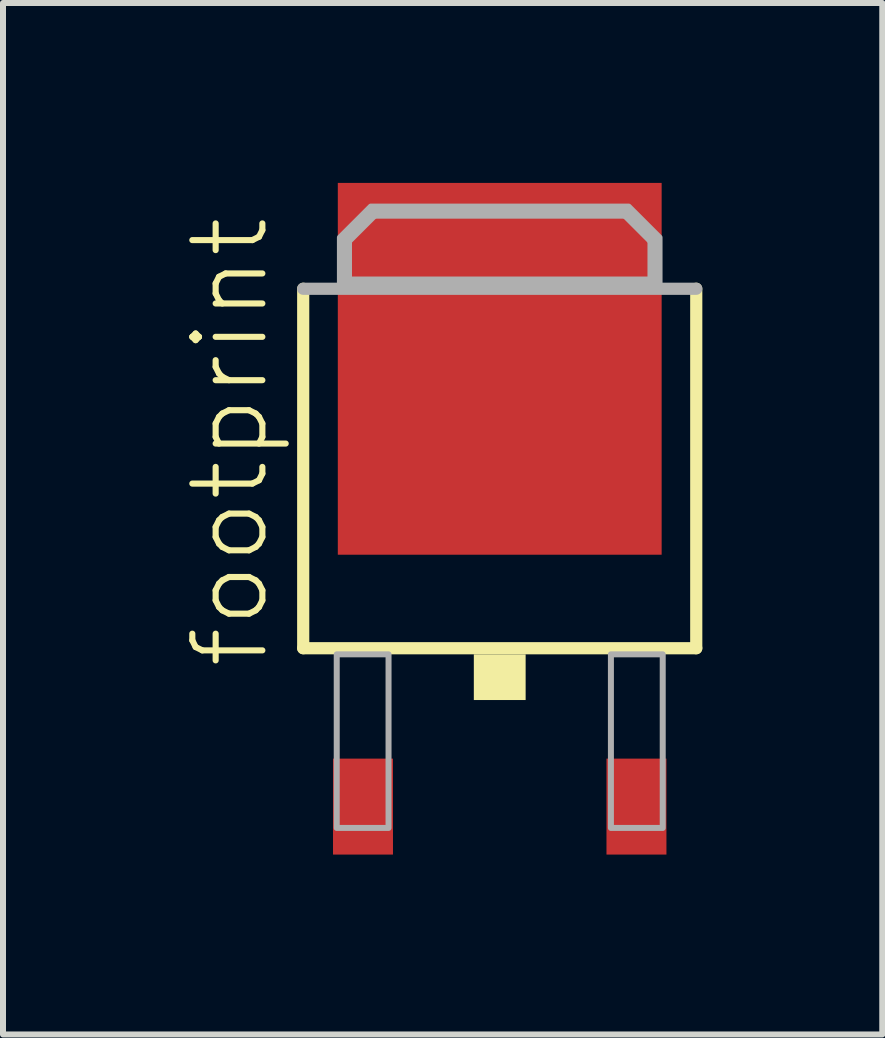
<source format=kicad_pcb>
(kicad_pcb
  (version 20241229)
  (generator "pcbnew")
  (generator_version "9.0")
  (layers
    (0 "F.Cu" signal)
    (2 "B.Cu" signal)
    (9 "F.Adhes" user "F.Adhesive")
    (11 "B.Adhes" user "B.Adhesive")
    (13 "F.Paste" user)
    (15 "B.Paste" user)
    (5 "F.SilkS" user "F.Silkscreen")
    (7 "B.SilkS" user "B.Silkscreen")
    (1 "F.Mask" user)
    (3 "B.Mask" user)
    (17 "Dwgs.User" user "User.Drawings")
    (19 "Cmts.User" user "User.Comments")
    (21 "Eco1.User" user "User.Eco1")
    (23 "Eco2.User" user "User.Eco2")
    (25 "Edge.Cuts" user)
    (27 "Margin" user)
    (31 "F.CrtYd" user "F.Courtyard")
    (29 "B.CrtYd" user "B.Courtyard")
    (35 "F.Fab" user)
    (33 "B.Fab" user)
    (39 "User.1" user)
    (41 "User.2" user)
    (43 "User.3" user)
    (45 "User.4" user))
  (footprint "footprint"
    (layer "F.Cu")
    (at 5.283 5.6)
    (property "Reference" "footprint" (at -3.81 2.54 90) (layer "F.SilkS") (effects (font (size 1.168 1.168) (thickness 0.102)) (justify left bottom)))
    (fp_line (start -3.277 2.159) (end -3.277 -3.835) (stroke (width 0.203) (type solid)) (layer "F.SilkS"))
    (fp_line (start 3.277 -3.835) (end 3.277 2.159) (stroke (width 0.203) (type solid)) (layer "F.SilkS"))
    (fp_line (start 3.277 2.159) (end -3.277 2.159) (stroke (width 0.203) (type solid)) (layer "F.SilkS"))
    (fp_poly (pts (xy -0.432 3.023) (xy 0.432 3.023) (xy 0.432 2.261) (xy -0.432 2.261)) (stroke (width 0) (type solid)) (fill yes) (layer "F.SilkS"))
    (fp_line (start -3.277 -3.835) (end 3.277 -3.835) (stroke (width 0.203) (type solid)) (layer "F.Fab"))
    (fp_line (start -2.565 -4.648) (end -2.108 -5.105) (stroke (width 0.203) (type solid)) (layer "F.Fab"))
    (fp_line (start -2.565 -3.937) (end -2.565 -4.648) (stroke (width 0.203) (type solid)) (layer "F.Fab"))
    (fp_line (start -2.108 -5.105) (end 2.108 -5.105) (stroke (width 0.203) (type solid)) (layer "F.Fab"))
    (fp_line (start 2.108 -5.105) (end 2.565 -4.648) (stroke (width 0.203) (type solid)) (layer "F.Fab"))
    (fp_line (start 2.565 -4.648) (end 2.565 -3.937) (stroke (width 0.203) (type solid)) (layer "F.Fab"))
    (fp_line (start 2.565 -3.937) (end -2.565 -3.937) (stroke (width 0.203) (type solid)) (layer "F.Fab"))
    (fp_poly (pts (xy -2.718 5.156) (xy -1.854 5.156) (xy -1.854 2.261) (xy -2.718 2.261)) (stroke (width 0.1) (type solid)) (fill no) (layer "F.Fab"))
    (fp_poly (pts (xy 1.854 5.156) (xy 2.718 5.156) (xy 2.718 2.261) (xy 1.854 2.261)) (stroke (width 0.1) (type solid)) (fill no) (layer "F.Fab"))
    (fp_poly (pts (xy 2.665 -4.69) (xy 2.665 -3.837) (xy -2.665 -3.837) (xy -2.665 -4.69) (xy -2.15 -5.205) (xy 2.15 -5.205)) (stroke (width 0.1) (type solid)) (fill no) (layer "F.Fab"))
    (pad "A" smd rect (at 0 -2.5) (size 5.4 6.2) (layers "F.Cu" "F.Mask" "F.Paste"))
    (pad "C" smd rect (at -2.28 4.8) (size 1 1.6) (layers "F.Cu" "F.Mask" "F.Paste"))
    (pad "G" smd rect (at 2.28 4.8) (size 1 1.6) (layers "F.Cu" "F.Mask" "F.Paste")))
  (gr_rect
    (start -3 -3)
    (end 11.662 14.2)
    (stroke (width 0.1) (type default))
    (fill no)
    (layer "Edge.Cuts")))
</source>
